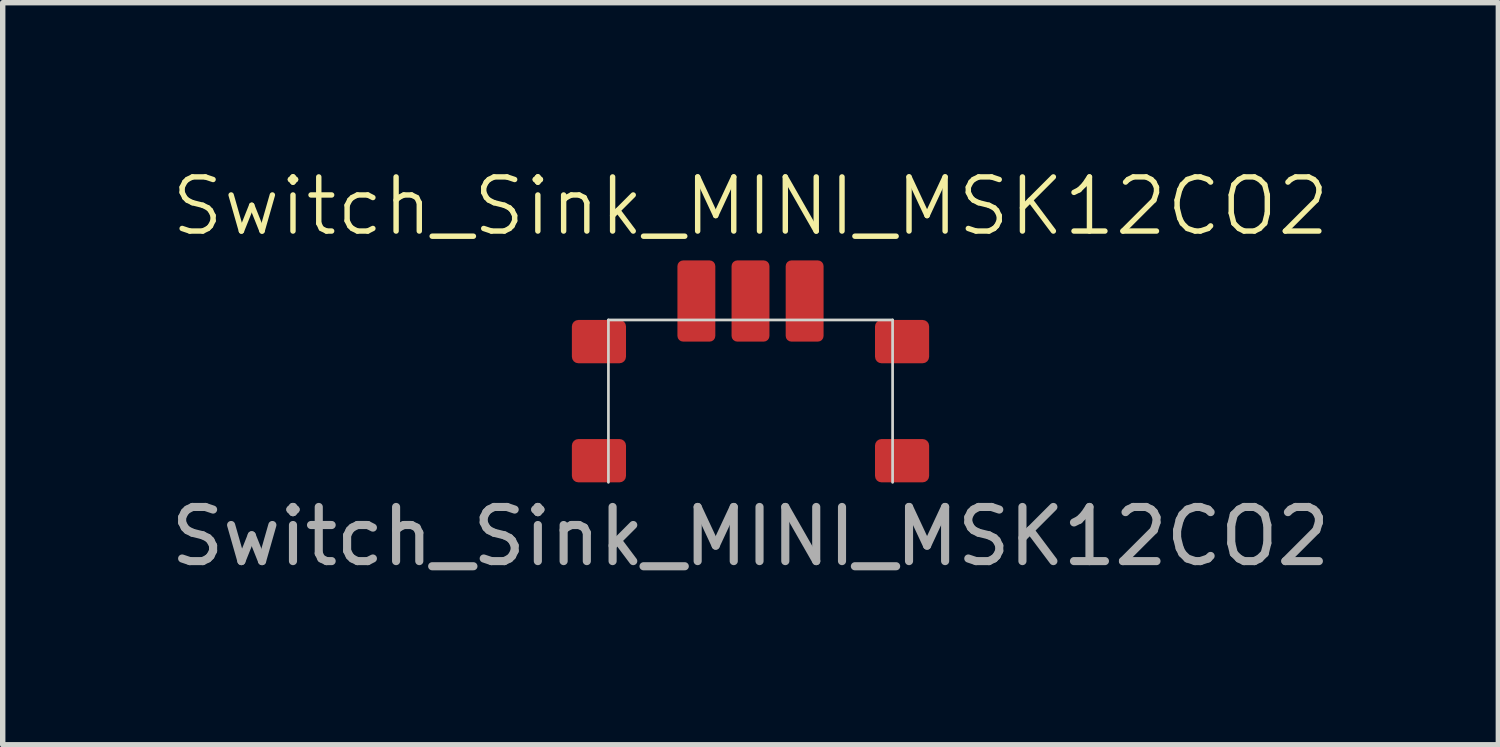
<source format=kicad_pcb>
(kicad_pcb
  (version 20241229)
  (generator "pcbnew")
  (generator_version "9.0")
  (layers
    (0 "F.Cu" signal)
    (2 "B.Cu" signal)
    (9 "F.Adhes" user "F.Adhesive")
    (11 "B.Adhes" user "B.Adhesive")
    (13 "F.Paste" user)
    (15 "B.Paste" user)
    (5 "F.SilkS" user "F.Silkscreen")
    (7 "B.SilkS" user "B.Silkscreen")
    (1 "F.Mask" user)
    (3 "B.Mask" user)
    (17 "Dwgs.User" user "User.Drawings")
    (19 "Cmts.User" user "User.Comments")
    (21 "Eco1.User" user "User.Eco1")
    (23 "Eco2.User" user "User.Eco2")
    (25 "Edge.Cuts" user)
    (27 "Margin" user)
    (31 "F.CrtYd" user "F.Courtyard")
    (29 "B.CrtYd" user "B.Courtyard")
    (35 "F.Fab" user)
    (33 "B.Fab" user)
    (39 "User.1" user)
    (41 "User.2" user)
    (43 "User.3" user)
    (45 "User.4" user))
  (footprint "Switch_Sink_MINI_MSK12CO2"
    (layer "F.Cu")
    (at 10.815 4.361)
    (property "Reference" "Switch_Sink_MINI_MSK12CO2" (at 0 -3.6 0) (unlocked yes) (layer "F.SilkS") (effects (font (size 1 1) (thickness 0.1))))
    (attr smd)
    (fp_line (start -2.625 -1.5) (end -2.625 1.5) (stroke (width 0.05) (type default)) (layer "Edge.Cuts"))
    (fp_line (start 2.625 -1.5) (end -2.625 -1.5) (stroke (width 0.05) (type default)) (layer "Edge.Cuts"))
    (fp_line (start 2.625 1.5) (end 2.625 -1.5) (stroke (width 0.05) (type default)) (layer "Edge.Cuts"))
    (fp_text user "${REFERENCE}" (at 0 2.5 0) (unlocked yes) (layer "F.Fab") (effects (font (size 1 1) (thickness 0.15))))
    (pad "1" smd roundrect (at -1 -1.85) (size 0.7 1.5) (layers "F.Cu" "F.Mask" "F.Paste") (roundrect_rratio 0.15))
    (pad "2" smd roundrect (at 0 -1.85) (size 0.7 1.5) (layers "F.Cu" "F.Mask" "F.Paste") (roundrect_rratio 0.15))
    (pad "3" smd roundrect (at 1 -1.85) (size 0.7 1.5) (layers "F.Cu" "F.Mask" "F.Paste") (roundrect_rratio 0.15))
    (pad "MT" smd roundrect (at -2.8 -1.1) (size 1 0.8) (layers "F.Cu" "F.Mask" "F.Paste") (roundrect_rratio 0.15))
    (pad "MT" smd roundrect (at -2.8 1.1) (size 1 0.8) (layers "F.Cu" "F.Mask" "F.Paste") (roundrect_rratio 0.15))
    (pad "MT" smd roundrect (at 2.8 -1.1) (size 1 0.8) (layers "F.Cu" "F.Mask" "F.Paste") (roundrect_rratio 0.15))
    (pad "MT" smd roundrect (at 2.8 1.1) (size 1 0.8) (layers "F.Cu" "F.Mask" "F.Paste") (roundrect_rratio 0.15)))
  (gr_rect
    (start -3 -3)
    (end 24.631 10.709)
    (stroke (width 0.1) (type default))
    (fill no)
    (layer "Edge.Cuts")))
</source>
